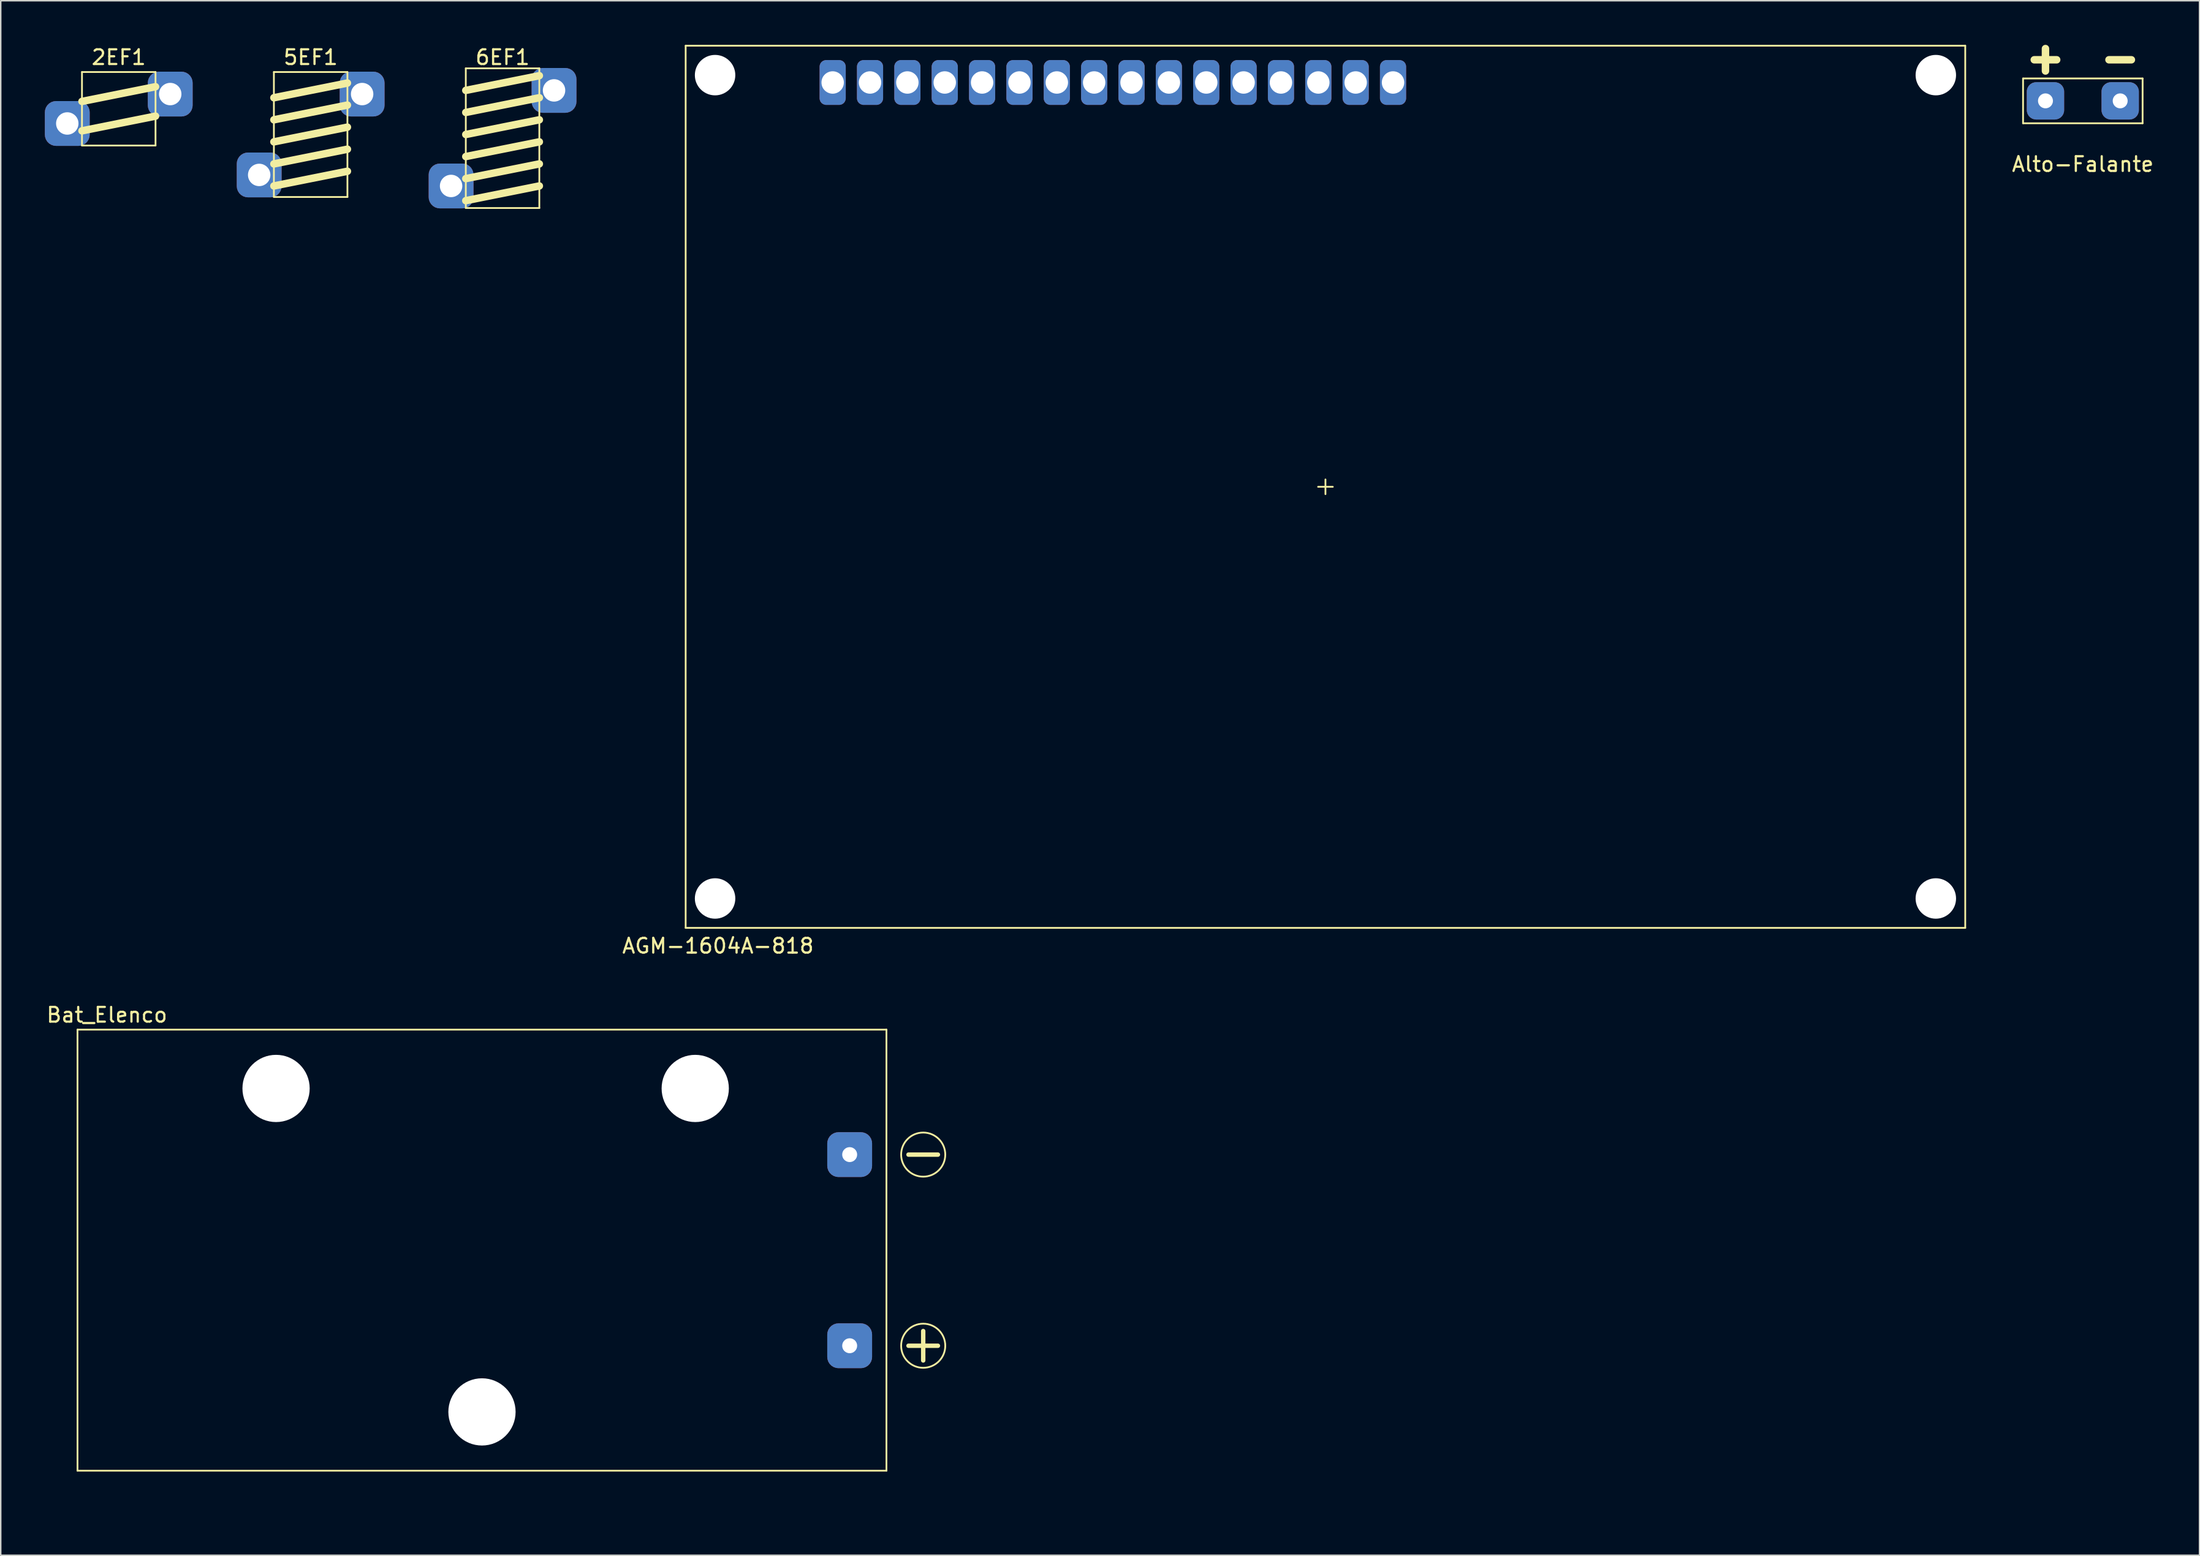
<source format=kicad_pcb>
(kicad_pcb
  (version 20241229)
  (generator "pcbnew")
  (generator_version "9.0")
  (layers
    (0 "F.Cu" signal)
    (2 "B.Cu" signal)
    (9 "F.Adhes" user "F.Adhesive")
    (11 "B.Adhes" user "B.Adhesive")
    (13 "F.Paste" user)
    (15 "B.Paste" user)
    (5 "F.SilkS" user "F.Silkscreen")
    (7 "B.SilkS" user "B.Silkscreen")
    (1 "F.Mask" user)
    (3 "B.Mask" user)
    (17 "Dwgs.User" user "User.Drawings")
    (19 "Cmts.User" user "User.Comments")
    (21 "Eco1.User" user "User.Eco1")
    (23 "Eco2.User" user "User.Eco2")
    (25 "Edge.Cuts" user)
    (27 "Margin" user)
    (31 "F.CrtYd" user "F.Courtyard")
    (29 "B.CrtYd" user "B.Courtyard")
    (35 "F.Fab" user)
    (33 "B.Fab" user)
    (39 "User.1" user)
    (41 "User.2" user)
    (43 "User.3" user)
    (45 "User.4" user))
  (footprint "2EF1"
    (layer "F.Cu")
    (at 1.524 7.848)
    (property "Reference" "2EF1" (at 3.5 -7 0) (layer "F.SilkS") (effects (font (size 1 1) (thickness 0.15))))
    (attr through_hole)
    (fp_line (start 1 -6) (end 1 -1) (stroke (width 0.12) (type solid)) (layer "F.SilkS"))
    (fp_line (start 1 -4) (end 6 -5) (stroke (width 0.508) (type solid)) (layer "F.SilkS"))
    (fp_line (start 1 -2) (end 6 -3) (stroke (width 0.508) (type solid)) (layer "F.SilkS"))
    (fp_line (start 1 -1) (end 6 -1) (stroke (width 0.12) (type solid)) (layer "F.SilkS"))
    (fp_line (start 6 -6) (end 1 -6) (stroke (width 0.12) (type solid)) (layer "F.SilkS"))
    (fp_line (start 6 -1) (end 6 -6) (stroke (width 0.12) (type solid)) (layer "F.SilkS"))
    (pad "1" thru_hole roundrect (at 0 -2.5) (size 3.048 3.048) (drill 1.524) (layers "*.Cu" "*.Mask") (roundrect_rratio 0.25))
    (pad "2" thru_hole roundrect (at 7 -4.5) (size 3.048 3.048) (drill 1.524) (layers "*.Cu" "*.Mask") (roundrect_rratio 0.25)))
  (footprint "Alto-Falante"
    (layer "F.Cu")
    (at 138.564 7.62)
    (property "Reference" "Alto-Falante" (at 0 0.5 0) (layer "F.SilkS") (effects (font (size 1 1) (thickness 0.15))))
    (attr through_hole)
    (fp_line (start -4.064 -5.334) (end 4.064 -5.334) (stroke (width 0.12) (type solid)) (layer "F.SilkS"))
    (fp_line (start -4.064 -2.286) (end -4.064 -5.334) (stroke (width 0.12) (type solid)) (layer "F.SilkS"))
    (fp_line (start -3.302 -6.604) (end -1.778 -6.604) (stroke (width 0.508) (type solid)) (layer "F.SilkS"))
    (fp_line (start -2.54 -5.842) (end -2.54 -7.366) (stroke (width 0.508) (type solid)) (layer "F.SilkS"))
    (fp_line (start 1.778 -6.604) (end 3.302 -6.604) (stroke (width 0.508) (type solid)) (layer "F.SilkS"))
    (fp_line (start 4.064 -5.334) (end 4.064 -2.286) (stroke (width 0.12) (type solid)) (layer "F.SilkS"))
    (fp_line (start 4.064 -2.286) (end -4.064 -2.286) (stroke (width 0.12) (type solid)) (layer "F.SilkS"))
    (pad "1" thru_hole roundrect (at -2.54 -3.81) (size 2.54 2.54) (drill 1.016) (layers "*.Cu" "*.Mask") (roundrect_rratio 0.25))
    (pad "2" thru_hole roundrect (at 2.54 -3.81) (size 2.54 2.54) (drill 1.016) (layers "*.Cu" "*.Mask") (roundrect_rratio 0.25)))
  (footprint "5EF1"
    (layer "F.Cu")
    (at 14.572 11.348)
    (property "Reference" "5EF1" (at 3.5 -10.5 0) (layer "F.SilkS") (effects (font (size 1 1) (thickness 0.15))))
    (attr through_hole)
    (fp_line (start 1 -9.5) (end 1 -1) (stroke (width 0.12) (type solid)) (layer "F.SilkS"))
    (fp_line (start 1 -7.75) (end 6 -8.75) (stroke (width 0.508) (type solid)) (layer "F.SilkS"))
    (fp_line (start 1 -6.25) (end 6 -7.25) (stroke (width 0.508) (type solid)) (layer "F.SilkS"))
    (fp_line (start 1 -4.75) (end 6 -5.75) (stroke (width 0.508) (type solid)) (layer "F.SilkS"))
    (fp_line (start 1 -3.25) (end 6 -4.25) (stroke (width 0.508) (type solid)) (layer "F.SilkS"))
    (fp_line (start 1 -1.75) (end 6 -2.75) (stroke (width 0.508) (type solid)) (layer "F.SilkS"))
    (fp_line (start 1 -1) (end 6 -1) (stroke (width 0.12) (type solid)) (layer "F.SilkS"))
    (fp_line (start 6 -9.5) (end 1 -9.5) (stroke (width 0.12) (type solid)) (layer "F.SilkS"))
    (fp_line (start 6 -1) (end 6 -9.5) (stroke (width 0.12) (type solid)) (layer "F.SilkS"))
    (pad "1" thru_hole roundrect (at 0 -2.5) (size 3.048 3.048) (drill 1.524) (layers "*.Cu" "*.Mask") (roundrect_rratio 0.25))
    (pad "2" thru_hole roundrect (at 7 -8) (size 3.048 3.048) (drill 1.524) (layers "*.Cu" "*.Mask") (roundrect_rratio 0.25)))
  (footprint "Bat_Elenco"
    (layer "F.Cu")
    (at 2.22 99.481)
    (property "Reference" "Bat_Elenco" (at 2 -33.5 0) (layer "F.SilkS") (effects (font (size 1 1) (thickness 0.15))))
    (attr through_hole)
    (fp_line (start 0 -32.5) (end 0 -2.5) (stroke (width 0.12) (type solid)) (layer "F.SilkS"))
    (fp_line (start 0 -2.5) (end 55 -2.5) (stroke (width 0.12) (type solid)) (layer "F.SilkS"))
    (fp_line (start 55 -32.5) (end 0 -32.5) (stroke (width 0.12) (type solid)) (layer "F.SilkS"))
    (fp_line (start 55 -2.5) (end 55 -32.5) (stroke (width 0.12) (type solid)) (layer "F.SilkS"))
    (fp_line (start 56.5 -24) (end 58.5 -24) (stroke (width 0.3) (type solid)) (layer "F.SilkS"))
    (fp_line (start 56.5 -11) (end 58.5 -11) (stroke (width 0.3) (type solid)) (layer "F.SilkS"))
    (fp_line (start 57.5 -10) (end 57.5 -12) (stroke (width 0.3) (type solid)) (layer "F.SilkS"))
    (fp_circle (center 57.5 -24) (end 59 -24) (stroke (width 0.12) (type solid)) (fill no) (layer "F.SilkS"))
    (fp_circle (center 57.5 -11) (end 59 -11) (stroke (width 0.12) (type solid)) (fill no) (layer "F.SilkS"))
    (pad "" np_thru_hole circle (at 13.5 -28.5) (size 4.572 4.572) (drill 4.572) (layers "*.Cu" "*.Mask"))
    (pad "" np_thru_hole circle (at 27.5 -6.5) (size 4.572 4.572) (drill 4.572) (layers "*.Cu" "*.Mask"))
    (pad "" np_thru_hole circle (at 42 -28.5) (size 4.572 4.572) (drill 4.572) (layers "*.Cu" "*.Mask"))
    (pad "1" thru_hole roundrect (at 52.5 -24) (size 3.048 3.048) (drill 1.016) (layers "*.Cu" "*.Mask") (roundrect_rratio 0.25))
    (pad "2" thru_hole roundrect (at 52.5 -11) (size 3.048 3.048) (drill 1.016) (layers "*.Cu" "*.Mask") (roundrect_rratio 0.25)))
  (footprint "6EF1"
    (layer "F.Cu")
    (at 27.62 12.098)
    (property "Reference" "6EF1" (at 3.5 -11.25 0) (layer "F.SilkS") (effects (font (size 1 1) (thickness 0.15))))
    (attr through_hole)
    (fp_line (start 1 -10.5) (end 1 -1) (stroke (width 0.12) (type solid)) (layer "F.SilkS"))
    (fp_line (start 1 -9) (end 6 -10) (stroke (width 0.508) (type solid)) (layer "F.SilkS"))
    (fp_line (start 1 -7.5) (end 6 -8.5) (stroke (width 0.508) (type solid)) (layer "F.SilkS"))
    (fp_line (start 1 -6) (end 6 -7) (stroke (width 0.508) (type solid)) (layer "F.SilkS"))
    (fp_line (start 1 -4.5) (end 6 -5.5) (stroke (width 0.508) (type solid)) (layer "F.SilkS"))
    (fp_line (start 1 -3) (end 6 -4) (stroke (width 0.508) (type solid)) (layer "F.SilkS"))
    (fp_line (start 1 -1.5) (end 6 -2.5) (stroke (width 0.508) (type solid)) (layer "F.SilkS"))
    (fp_line (start 1 -1) (end 6 -1) (stroke (width 0.12) (type solid)) (layer "F.SilkS"))
    (fp_line (start 6 -10.5) (end 1 -10.5) (stroke (width 0.12) (type solid)) (layer "F.SilkS"))
    (fp_line (start 6 -1) (end 6 -10.5) (stroke (width 0.12) (type solid)) (layer "F.SilkS"))
    (pad "1" thru_hole roundrect (at 0 -2.5) (size 3.048 3.048) (drill 1.524) (layers "*.Cu" "*.Mask") (roundrect_rratio 0.25))
    (pad "2" thru_hole roundrect (at 7 -9) (size 3.048 3.048) (drill 1.524) (layers "*.Cu" "*.Mask") (roundrect_rratio 0.25)))
  (footprint "AGM-1604A-818"
    (layer "F.Cu")
    (at 87.069 30.06)
    (property "Reference" "AGM-1604A-818" (at -41.3 31.225 0) (layer "F.SilkS") (effects (font (size 1 1) (thickness 0.15))))
    (attr through_hole)
    (fp_line (start -43.5 -30) (end -43.5 30) (stroke (width 0.12) (type solid)) (layer "F.SilkS"))
    (fp_line (start -43.5 30) (end 43.5 30) (stroke (width 0.12) (type solid)) (layer "F.SilkS"))
    (fp_line (start -0.5 0) (end 0.5 0) (stroke (width 0.12) (type solid)) (layer "F.SilkS"))
    (fp_line (start 0 -0.5) (end 0 0.5) (stroke (width 0.12) (type solid)) (layer "F.SilkS"))
    (fp_line (start 43.5 -30) (end -43.5 -30) (stroke (width 0.12) (type solid)) (layer "F.SilkS"))
    (fp_line (start 43.5 30) (end 43.5 -30) (stroke (width 0.12) (type solid)) (layer "F.SilkS"))
    (pad "" np_thru_hole circle (at -41.5 -28) (size 2.75 2.75) (drill 2.75) (layers "*.Cu" "*.Mask"))
    (pad "" np_thru_hole circle (at -41.5 28) (size 2.75 2.75) (drill 2.75) (layers "*.Cu" "*.Mask"))
    (pad "" np_thru_hole circle (at 41.5 -28) (size 2.75 2.75) (drill 2.75) (layers "*.Cu" "*.Mask"))
    (pad "" np_thru_hole circle (at 41.5 28) (size 2.75 2.75) (drill 2.75) (layers "*.Cu" "*.Mask"))
    (pad "1" thru_hole roundrect (at -33.505 -27.5) (size 1.778 3.048) (drill 1.524) (layers "*.Cu" "*.Mask") (roundrect_rratio 0.25))
    (pad "2" thru_hole roundrect (at -30.965 -27.5) (size 1.778 3.048) (drill 1.524) (layers "*.Cu" "*.Mask") (roundrect_rratio 0.25))
    (pad "3" thru_hole roundrect (at -28.425 -27.5) (size 1.778 3.048) (drill 1.524) (layers "*.Cu" "*.Mask") (roundrect_rratio 0.25))
    (pad "4" thru_hole roundrect (at -25.885 -27.5) (size 1.778 3.048) (drill 1.524) (layers "*.Cu" "*.Mask") (roundrect_rratio 0.25))
    (pad "5" thru_hole roundrect (at -23.345 -27.5) (size 1.778 3.048) (drill 1.524) (layers "*.Cu" "*.Mask") (roundrect_rratio 0.25))
    (pad "6" thru_hole roundrect (at -20.805 -27.5) (size 1.778 3.048) (drill 1.524) (layers "*.Cu" "*.Mask") (roundrect_rratio 0.25))
    (pad "7" thru_hole roundrect (at -18.265 -27.5) (size 1.778 3.048) (drill 1.524) (layers "*.Cu" "*.Mask") (roundrect_rratio 0.25))
    (pad "8" thru_hole roundrect (at -15.725 -27.5) (size 1.778 3.048) (drill 1.524) (layers "*.Cu" "*.Mask") (roundrect_rratio 0.25))
    (pad "9" thru_hole roundrect (at -13.185 -27.5) (size 1.778 3.048) (drill 1.524) (layers "*.Cu" "*.Mask") (roundrect_rratio 0.25))
    (pad "10" thru_hole roundrect (at -10.645 -27.5) (size 1.778 3.048) (drill 1.524) (layers "*.Cu" "*.Mask") (roundrect_rratio 0.25))
    (pad "11" thru_hole roundrect (at -8.105 -27.5) (size 1.778 3.048) (drill 1.524) (layers "*.Cu" "*.Mask") (roundrect_rratio 0.25))
    (pad "12" thru_hole roundrect (at -5.565 -27.5) (size 1.778 3.048) (drill 1.524) (layers "*.Cu" "*.Mask") (roundrect_rratio 0.25))
    (pad "13" thru_hole roundrect (at -3.025 -27.5) (size 1.778 3.048) (drill 1.524) (layers "*.Cu" "*.Mask") (roundrect_rratio 0.25))
    (pad "14" thru_hole roundrect (at -0.485 -27.5) (size 1.778 3.048) (drill 1.524) (layers "*.Cu" "*.Mask") (roundrect_rratio 0.25))
    (pad "15" thru_hole roundrect (at 2.055 -27.5) (size 1.778 3.048) (drill 1.524) (layers "*.Cu" "*.Mask") (roundrect_rratio 0.25))
    (pad "16" thru_hole roundrect (at 4.595 -27.5) (size 1.778 3.048) (drill 1.524) (layers "*.Cu" "*.Mask") (roundrect_rratio 0.25)))
  (gr_rect
    (start -3 -3)
    (end 146.498 102.731)
    (stroke (width 0.1) (type default))
    (fill no)
    (layer "Edge.Cuts")))
</source>
